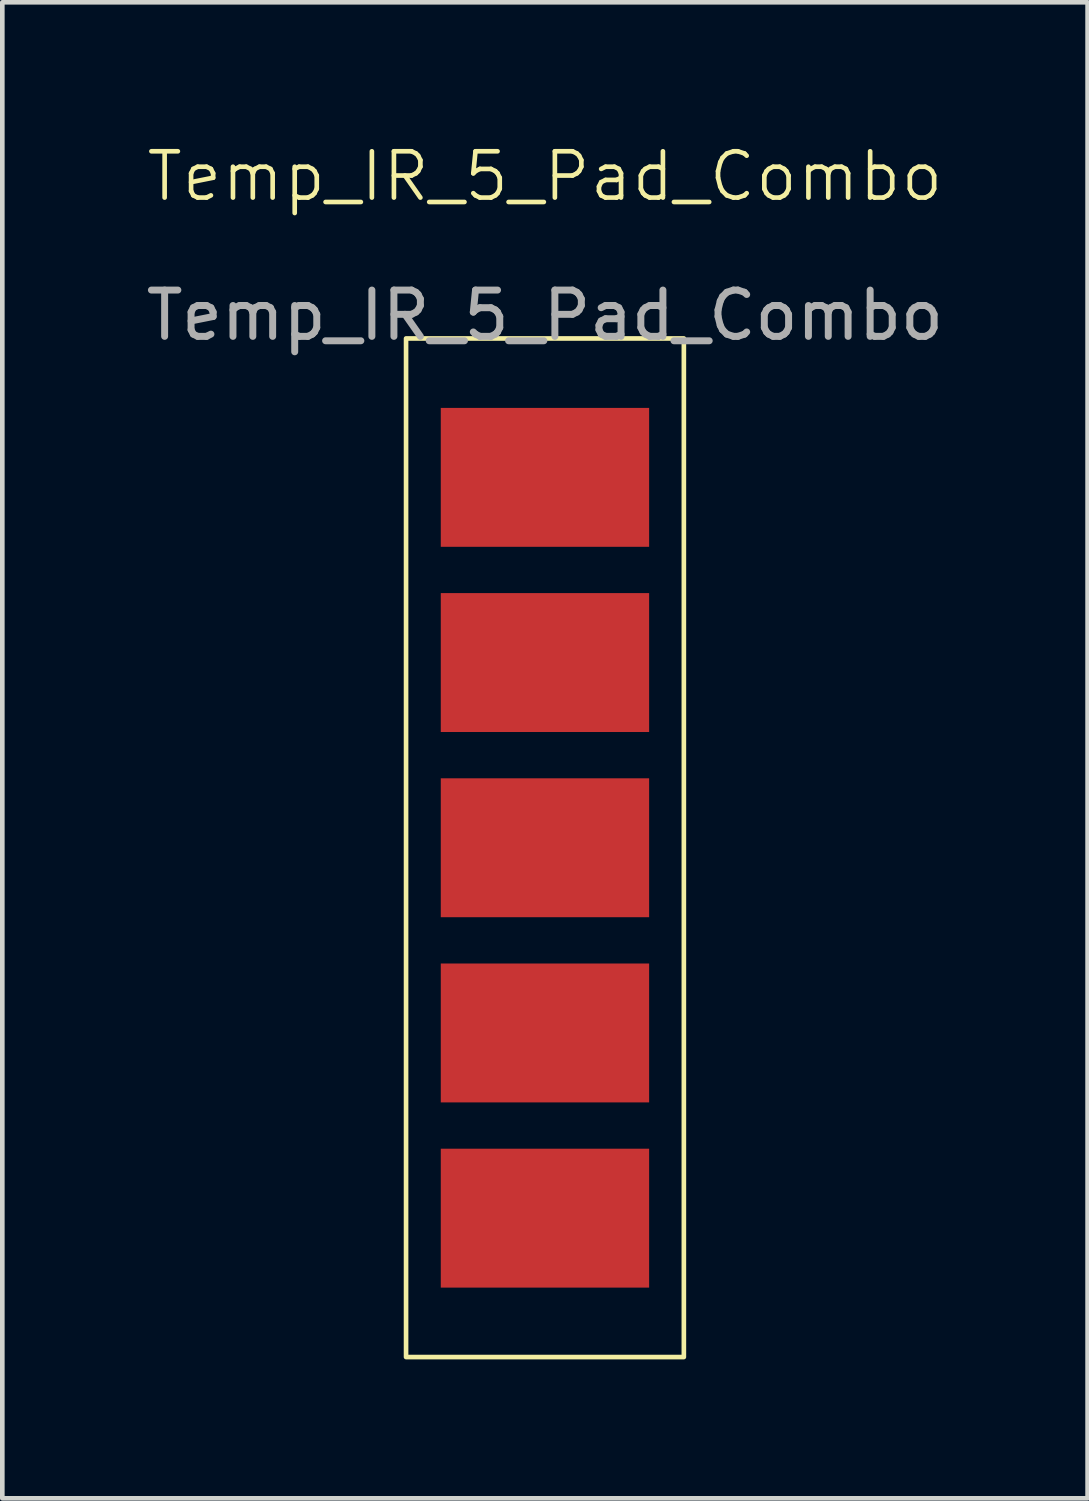
<source format=kicad_pcb>
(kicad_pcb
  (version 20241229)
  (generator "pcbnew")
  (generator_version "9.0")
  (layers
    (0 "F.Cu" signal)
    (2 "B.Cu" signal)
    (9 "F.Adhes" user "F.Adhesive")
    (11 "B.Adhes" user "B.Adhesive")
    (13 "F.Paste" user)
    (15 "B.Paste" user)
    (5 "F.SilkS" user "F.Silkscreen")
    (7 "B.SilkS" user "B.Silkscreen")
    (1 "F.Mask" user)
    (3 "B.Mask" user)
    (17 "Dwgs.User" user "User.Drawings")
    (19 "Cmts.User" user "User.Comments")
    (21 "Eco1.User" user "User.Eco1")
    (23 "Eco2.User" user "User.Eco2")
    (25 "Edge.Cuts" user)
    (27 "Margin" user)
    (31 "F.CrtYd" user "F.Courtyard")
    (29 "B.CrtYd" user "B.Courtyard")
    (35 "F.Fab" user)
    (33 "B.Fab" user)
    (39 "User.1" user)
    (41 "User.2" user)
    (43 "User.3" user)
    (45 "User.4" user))
  (footprint "Temp_IR_5_Pad_Combo"
    (layer "F.Cu")
    (at 8.72 1.26)
    (property "Reference" "Temp_IR_5_Pad_Combo" (at 0 -0.5 0) (unlocked yes) (layer "F.SilkS") (effects (font (size 1 1) (thickness 0.1))))
    (attr smd)
    (fp_rect (start -3 3) (end 3 25) (stroke (width 0.1) (type default)) (fill no) (layer "F.SilkS"))
    (fp_text user "${REFERENCE}" (at 0 2.5 0) (unlocked yes) (layer "F.Fab") (effects (font (size 1 1) (thickness 0.15))))
    (pad "1" smd rect (at 0 6) (size 4.5 3) (layers "F.Cu" "F.Mask" "F.Paste"))
    (pad "2" smd rect (at 0 10) (size 4.5 3) (layers "F.Cu" "F.Mask" "F.Paste"))
    (pad "3" smd rect (at 0 14) (size 4.5 3) (layers "F.Cu" "F.Mask" "F.Paste"))
    (pad "4" smd rect (at 0 18) (size 4.5 3) (layers "F.Cu" "F.Mask" "F.Paste"))
    (pad "5" smd rect (at 0 22) (size 4.5 3) (layers "F.Cu" "F.Mask" "F.Paste")))
  (gr_rect
    (start -3 -3)
    (end 20.44 29.311)
    (stroke (width 0.1) (type default))
    (fill no)
    (layer "Edge.Cuts")))
</source>
